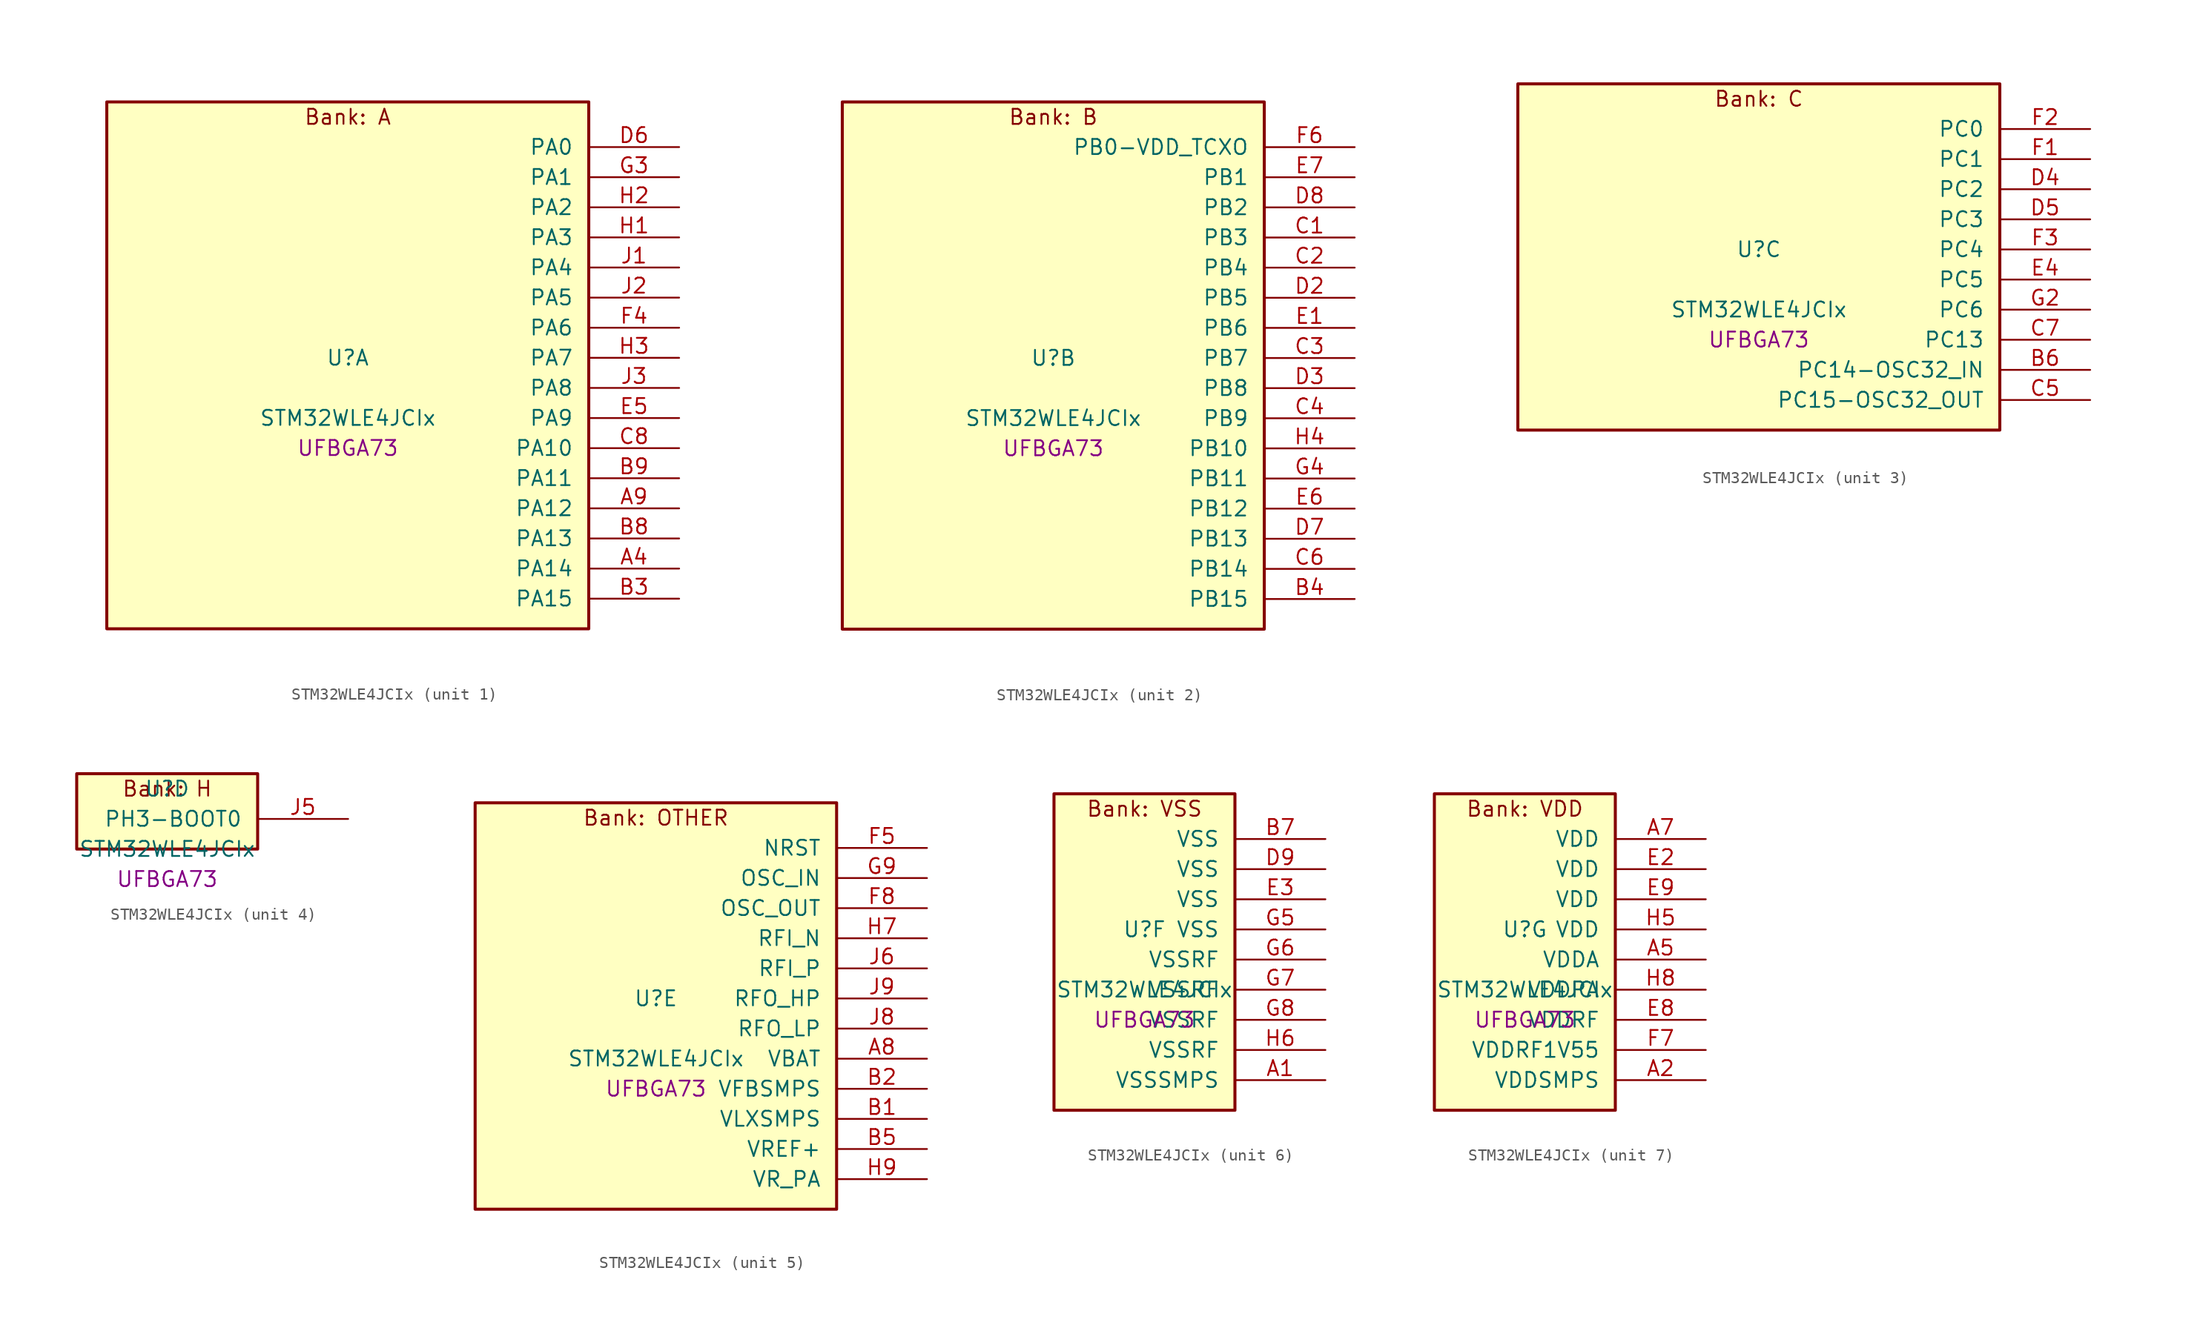
<source format=kicad_sym>
(kicad_symbol_lib
  (version 20241209)
  (generator "stm32_pkl_generator")
  (generator_version "1.0")
  (symbol "STM32WLE4JCIx"
    (pin_names
      (offset 1.27))
    (property "Reference" "U"
      (at 0 2.54 0))
    (property "Value" "STM32WLE4JCIx"
      (at 0 -2.54 0))
    (property "Footprint" "UFBGA73"
      (at 0 -5.08 0))
    (symbol "STM32WLE4JCIx_1_1"
      (rectangle (start -20.32 24.13) (end 20.32 -20.32) (stroke (width 0.254) (type solid)) (fill (type background)))
      (text "Bank: A" (at 0 22.86 0))
      (pin bidirectional line (at 27.94 20.32 180) (length 7.62) (name "PA0") (number "D6") (alternate "PA0/COMP1_OUT" bidirectional line) (alternate "PA0/DEBUG_PWR-REGLP1S" bidirectional line) (alternate "PA0/I2C3_SMBA" bidirectional line) (alternate "PA0/I2S_CKIN" bidirectional line) (alternate "PA0/PWR_WKUP1" bidirectional line) (alternate "PA0/RTC_TAMP_IN2" bidirectional line) (alternate "PA0/TIM2_CH1" bidirectional line) (alternate "PA0/TIM2_ETR" bidirectional line) (alternate "PA0/USART2_CTS" bidirectional line) (alternate "PA0/USART2_NSS" bidirectional line))
      (pin bidirectional line (at 27.94 17.78 180) (length 7.62) (name "PA1") (number "G3") (alternate "PA1/DEBUG_PWR-REGLP2S" bidirectional line) (alternate "PA1/I2C1_SMBA" bidirectional line) (alternate "PA1/LPTIM3_OUT" bidirectional line) (alternate "PA1/LPUART1_RTS" bidirectional line) (alternate "PA1/SPI1_SCK" bidirectional line) (alternate "PA1/TIM2_CH2" bidirectional line) (alternate "PA1/USART2_DE" bidirectional line) (alternate "PA1/USART2_RTS" bidirectional line))
      (pin bidirectional line (at 27.94 15.24 180) (length 7.62) (name "PA2") (number "H2") (alternate "PA2/COMP2_OUT" bidirectional line) (alternate "PA2/DEBUG_PWR-LDORDY" bidirectional line) (alternate "PA2/LPUART1_TX" bidirectional line) (alternate "PA2/RCC_LSCO" bidirectional line) (alternate "PA2/TIM2_CH3" bidirectional line) (alternate "PA2/USART2_TX" bidirectional line))
      (pin bidirectional line (at 27.94 12.7 180) (length 7.62) (name "PA3") (number "H1") (alternate "PA3/I2S2_MCK" bidirectional line) (alternate "PA3/LPUART1_RX" bidirectional line) (alternate "PA3/TIM2_CH4" bidirectional line) (alternate "PA3/USART2_RX" bidirectional line))
      (pin bidirectional line (at 27.94 10.16 180) (length 7.62) (name "PA4") (number "J1") (alternate "PA4/DEBUG_SUBGHZSPI-NSSOUT" bidirectional line) (alternate "PA4/LPTIM1_OUT" bidirectional line) (alternate "PA4/LPTIM2_OUT" bidirectional line) (alternate "PA4/RTC_OUT2" bidirectional line) (alternate "PA4/SPI1_NSS" bidirectional line) (alternate "PA4/USART2_CK" bidirectional line))
      (pin bidirectional line (at 27.94 7.62 180) (length 7.62) (name "PA5") (number "J2") (alternate "PA5/DEBUG_SUBGHZSPI-SCKOUT" bidirectional line) (alternate "PA5/LPTIM2_ETR" bidirectional line) (alternate "PA5/SPI1_SCK" bidirectional line) (alternate "PA5/SPI2_MISO" bidirectional line) (alternate "PA5/TIM2_CH1" bidirectional line) (alternate "PA5/TIM2_ETR" bidirectional line))
      (pin bidirectional line (at 27.94 5.08 180) (length 7.62) (name "PA6") (number "F4") (alternate "PA6/DEBUG_SUBGHZSPI-MISOOUT" bidirectional line) (alternate "PA6/I2C2_SMBA" bidirectional line) (alternate "PA6/LPUART1_CTS" bidirectional line) (alternate "PA6/SPI1_MISO" bidirectional line) (alternate "PA6/TIM16_CH1" bidirectional line) (alternate "PA6/TIM1_BKIN" bidirectional line))
      (pin bidirectional line (at 27.94 2.54 180) (length 7.62) (name "PA7") (number "H3") (alternate "PA7/COMP2_OUT" bidirectional line) (alternate "PA7/DEBUG_SUBGHZSPI-MOSIOUT" bidirectional line) (alternate "PA7/I2C3_SCL" bidirectional line) (alternate "PA7/SPI1_MOSI" bidirectional line) (alternate "PA7/TIM17_CH1" bidirectional line) (alternate "PA7/TIM1_CH1N" bidirectional line))
      (pin bidirectional line (at 27.94 0 180) (length 7.62) (name "PA8") (number "J3") (alternate "PA8/I2S2_CK" bidirectional line) (alternate "PA8/LPTIM2_OUT" bidirectional line) (alternate "PA8/RCC_MCO" bidirectional line) (alternate "PA8/SPI2_SCK" bidirectional line) (alternate "PA8/TIM1_CH1" bidirectional line) (alternate "PA8/USART1_CK" bidirectional line))
      (pin bidirectional line (at 27.94 -2.54 180) (length 7.62) (name "PA9") (number "E5") (alternate "PA9/DAC_EXTI9" bidirectional line) (alternate "PA9/I2C1_SCL" bidirectional line) (alternate "PA9/I2S2_CK" bidirectional line) (alternate "PA9/I2S2_WS" bidirectional line) (alternate "PA9/SPI2_NSS" bidirectional line) (alternate "PA9/SPI2_SCK" bidirectional line) (alternate "PA9/TIM1_CH2" bidirectional line) (alternate "PA9/USART1_TX" bidirectional line))
      (pin bidirectional line (at 27.94 -5.08 180) (length 7.62) (name "PA10") (number "C8") (alternate "PA10/ADC_IN6" bidirectional line) (alternate "PA10/COMP1_INM" bidirectional line) (alternate "PA10/COMP2_INM" bidirectional line) (alternate "PA10/DAC_OUT1" bidirectional line) (alternate "PA10/DEBUG_RF-HSE32RDY" bidirectional line) (alternate "PA10/I2C1_SDA" bidirectional line) (alternate "PA10/I2S2_SD" bidirectional line) (alternate "PA10/RTC_REFIN" bidirectional line) (alternate "PA10/SPI2_MOSI" bidirectional line) (alternate "PA10/TIM17_BKIN" bidirectional line) (alternate "PA10/TIM1_CH3" bidirectional line) (alternate "PA10/USART1_RX" bidirectional line))
      (pin bidirectional line (at 27.94 -7.62 180) (length 7.62) (name "PA11") (number "B9") (alternate "PA11/ADC_EXTI11" bidirectional line) (alternate "PA11/ADC_IN7" bidirectional line) (alternate "PA11/COMP1_INM" bidirectional line) (alternate "PA11/COMP2_INM" bidirectional line) (alternate "PA11/DEBUG_RF-NRESET" bidirectional line) (alternate "PA11/I2C2_SDA" bidirectional line) (alternate "PA11/LPTIM3_ETR" bidirectional line) (alternate "PA11/SPI1_MISO" bidirectional line) (alternate "PA11/TIM1_BKIN2" bidirectional line) (alternate "PA11/TIM1_CH4" bidirectional line) (alternate "PA11/USART1_CTS" bidirectional line) (alternate "PA11/USART1_NSS" bidirectional line))
      (pin bidirectional line (at 27.94 -10.16 180) (length 7.62) (name "PA12") (number "A9") (alternate "PA12/ADC_IN8" bidirectional line) (alternate "PA12/DEBUG_RF-BUSY" bidirectional line) (alternate "PA12/I2C2_SCL" bidirectional line) (alternate "PA12/LPTIM3_IN1" bidirectional line) (alternate "PA12/SPI1_MOSI" bidirectional line) (alternate "PA12/TIM1_ETR" bidirectional line) (alternate "PA12/USART1_DE" bidirectional line) (alternate "PA12/USART1_RTS" bidirectional line))
      (pin bidirectional line (at 27.94 -12.7 180) (length 7.62) (name "PA13") (number "B8") (alternate "PA13/ADC_IN9" bidirectional line) (alternate "PA13/DEBUG_JTMS-SWDIO" bidirectional line) (alternate "PA13/I2C2_SMBA" bidirectional line) (alternate "PA13/IR_OUT" bidirectional line))
      (pin bidirectional line (at 27.94 -15.24 180) (length 7.62) (name "PA14") (number "A4") (alternate "PA14/ADC_IN10" bidirectional line) (alternate "PA14/DEBUG_JTCK-SWCLK" bidirectional line) (alternate "PA14/I2C1_SMBA" bidirectional line) (alternate "PA14/LPTIM1_OUT" bidirectional line))
      (pin bidirectional line (at 27.94 -17.78 180) (length 7.62) (name "PA15") (number "B3") (alternate "PA15/ADC_IN11" bidirectional line) (alternate "PA15/COMP1_INM" bidirectional line) (alternate "PA15/COMP2_INP" bidirectional line) (alternate "PA15/DEBUG_JTDI" bidirectional line) (alternate "PA15/I2C2_SDA" bidirectional line) (alternate "PA15/SPI1_NSS" bidirectional line) (alternate "PA15/TIM2_CH1" bidirectional line) (alternate "PA15/TIM2_ETR" bidirectional line)))
    (symbol "STM32WLE4JCIx_2_1"
      (rectangle (start -17.78 24.13) (end 17.78 -20.32) (stroke (width 0.254) (type solid)) (fill (type background)))
      (text "Bank: B" (at 0 22.86 0))
      (pin bidirectional line (at 25.4 20.32 180) (length 7.62) (name "PB0-VDD_TCXO") (number "F6") (alternate "PB0-VDD_TCXO/COMP1_OUT" bidirectional line) (alternate "PB0-VDD_TCXO/VDDTCXO" bidirectional line))
      (pin bidirectional line (at 25.4 17.78 180) (length 7.62) (name "PB1") (number "E7") (alternate "PB1/ADC_IN5" bidirectional line) (alternate "PB1/COMP2_INP" bidirectional line) (alternate "PB1/LPTIM2_IN1" bidirectional line) (alternate "PB1/LPUART1_DE" bidirectional line) (alternate "PB1/LPUART1_RTS" bidirectional line))
      (pin bidirectional line (at 25.4 15.24 180) (length 7.62) (name "PB2") (number "D8") (alternate "PB2/ADC_IN4" bidirectional line) (alternate "PB2/COMP1_INP" bidirectional line) (alternate "PB2/COMP2_INM" bidirectional line) (alternate "PB2/DEBUG_RF-SMPSRDY" bidirectional line) (alternate "PB2/I2C3_SMBA" bidirectional line) (alternate "PB2/LPTIM1_OUT" bidirectional line) (alternate "PB2/SPI1_NSS" bidirectional line))
      (pin bidirectional line (at 25.4 12.7 180) (length 7.62) (name "PB3") (number "C1") (alternate "PB3/ADC_IN2" bidirectional line) (alternate "PB3/COMP1_INM" bidirectional line) (alternate "PB3/COMP2_INM" bidirectional line) (alternate "PB3/DEBUG_JTDO-SWO" bidirectional line) (alternate "PB3/DEBUG_RF-DTB1" bidirectional line) (alternate "PB3/PWR_WKUP3" bidirectional line) (alternate "PB3/RTC_TAMP_IN3" bidirectional line) (alternate "PB3/SPI1_SCK" bidirectional line) (alternate "PB3/TIM2_CH2" bidirectional line) (alternate "PB3/USART1_DE" bidirectional line) (alternate "PB3/USART1_RTS" bidirectional line))
      (pin bidirectional line (at 25.4 10.16 180) (length 7.62) (name "PB4") (number "C2") (alternate "PB4/ADC_IN3" bidirectional line) (alternate "PB4/COMP1_INP" bidirectional line) (alternate "PB4/COMP2_INP" bidirectional line) (alternate "PB4/DEBUG_JTRST" bidirectional line) (alternate "PB4/DEBUG_RF-LDORDY" bidirectional line) (alternate "PB4/I2C3_SDA" bidirectional line) (alternate "PB4/SPI1_MISO" bidirectional line) (alternate "PB4/TIM17_BKIN" bidirectional line) (alternate "PB4/USART1_CTS" bidirectional line) (alternate "PB4/USART1_NSS" bidirectional line))
      (pin bidirectional line (at 25.4 7.62 180) (length 7.62) (name "PB5") (number "D2") (alternate "PB5/COMP2_OUT" bidirectional line) (alternate "PB5/I2C1_SMBA" bidirectional line) (alternate "PB5/LPTIM1_IN1" bidirectional line) (alternate "PB5/SPI1_MOSI" bidirectional line) (alternate "PB5/TIM16_BKIN" bidirectional line) (alternate "PB5/USART1_CK" bidirectional line))
      (pin bidirectional line (at 25.4 5.08 180) (length 7.62) (name "PB6") (number "E1") (alternate "PB6/I2C1_SCL" bidirectional line) (alternate "PB6/LPTIM1_ETR" bidirectional line) (alternate "PB6/TIM16_CH1N" bidirectional line) (alternate "PB6/USART1_TX" bidirectional line))
      (pin bidirectional line (at 25.4 2.54 180) (length 7.62) (name "PB7") (number "C3") (alternate "PB7/I2C1_SDA" bidirectional line) (alternate "PB7/LPTIM1_IN2" bidirectional line) (alternate "PB7/PWR_PVD_IN" bidirectional line) (alternate "PB7/TIM17_CH1N" bidirectional line) (alternate "PB7/TIM1_BKIN" bidirectional line) (alternate "PB7/USART1_RX" bidirectional line))
      (pin bidirectional line (at 25.4 0 180) (length 7.62) (name "PB8") (number "D3") (alternate "PB8/I2C1_SCL" bidirectional line) (alternate "PB8/TIM16_CH1" bidirectional line) (alternate "PB8/TIM1_CH2N" bidirectional line))
      (pin bidirectional line (at 25.4 -2.54 180) (length 7.62) (name "PB9") (number "C4") (alternate "PB9/DAC_EXTI9" bidirectional line) (alternate "PB9/I2C1_SDA" bidirectional line) (alternate "PB9/I2S2_WS" bidirectional line) (alternate "PB9/IR_OUT" bidirectional line) (alternate "PB9/SPI2_NSS" bidirectional line) (alternate "PB9/TIM17_CH1" bidirectional line) (alternate "PB9/TIM1_CH3N" bidirectional line))
      (pin bidirectional line (at 25.4 -5.08 180) (length 7.62) (name "PB10") (number "H4") (alternate "PB10/COMP1_OUT" bidirectional line) (alternate "PB10/I2C3_SCL" bidirectional line) (alternate "PB10/I2S2_CK" bidirectional line) (alternate "PB10/LPUART1_RX" bidirectional line) (alternate "PB10/SPI2_SCK" bidirectional line) (alternate "PB10/TIM2_CH3" bidirectional line))
      (pin bidirectional line (at 25.4 -7.62 180) (length 7.62) (name "PB11") (number "G4") (alternate "PB11/ADC_EXTI11" bidirectional line) (alternate "PB11/COMP2_OUT" bidirectional line) (alternate "PB11/I2C3_SDA" bidirectional line) (alternate "PB11/LPUART1_TX" bidirectional line) (alternate "PB11/TIM2_CH4" bidirectional line))
      (pin bidirectional line (at 25.4 -10.16 180) (length 7.62) (name "PB12") (number "E6") (alternate "PB12/I2C3_SMBA" bidirectional line) (alternate "PB12/I2S2_WS" bidirectional line) (alternate "PB12/LPUART1_RTS" bidirectional line) (alternate "PB12/SPI2_NSS" bidirectional line) (alternate "PB12/TIM1_BKIN" bidirectional line))
      (pin bidirectional line (at 25.4 -12.7 180) (length 7.62) (name "PB13") (number "D7") (alternate "PB13/ADC_IN0" bidirectional line) (alternate "PB13/I2C3_SCL" bidirectional line) (alternate "PB13/I2S2_CK" bidirectional line) (alternate "PB13/LPUART1_CTS" bidirectional line) (alternate "PB13/SPI2_SCK" bidirectional line) (alternate "PB13/TIM1_CH1N" bidirectional line))
      (pin bidirectional line (at 25.4 -15.24 180) (length 7.62) (name "PB14") (number "C6") (alternate "PB14/ADC_IN1" bidirectional line) (alternate "PB14/I2C3_SDA" bidirectional line) (alternate "PB14/I2S2_MCK" bidirectional line) (alternate "PB14/SPI2_MISO" bidirectional line) (alternate "PB14/TIM1_CH2N" bidirectional line))
      (pin bidirectional line (at 25.4 -17.78 180) (length 7.62) (name "PB15") (number "B4") (alternate "PB15/I2C2_SCL" bidirectional line) (alternate "PB15/I2S2_SD" bidirectional line) (alternate "PB15/SPI2_MOSI" bidirectional line) (alternate "PB15/TIM1_CH3N" bidirectional line)))
    (symbol "STM32WLE4JCIx_3_1"
      (rectangle (start -20.32 16.51) (end 20.32 -12.7) (stroke (width 0.254) (type solid)) (fill (type background)))
      (text "Bank: C" (at 0 15.24 0))
      (pin bidirectional line (at 27.94 12.7 180) (length 7.62) (name "PC0") (number "F2") (alternate "PC0/I2C3_SCL" bidirectional line) (alternate "PC0/LPTIM1_IN1" bidirectional line) (alternate "PC0/LPTIM2_IN1" bidirectional line) (alternate "PC0/LPUART1_RX" bidirectional line))
      (pin bidirectional line (at 27.94 10.16 180) (length 7.62) (name "PC1") (number "F1") (alternate "PC1/I2C3_SDA" bidirectional line) (alternate "PC1/I2S2_SD" bidirectional line) (alternate "PC1/LPTIM1_OUT" bidirectional line) (alternate "PC1/LPUART1_TX" bidirectional line) (alternate "PC1/SPI2_MOSI" bidirectional line))
      (pin bidirectional line (at 27.94 7.62 180) (length 7.62) (name "PC2") (number "D4") (alternate "PC2/LPTIM1_IN2" bidirectional line) (alternate "PC2/SPI2_MISO" bidirectional line))
      (pin bidirectional line (at 27.94 5.08 180) (length 7.62) (name "PC3") (number "D5") (alternate "PC3/I2S2_SD" bidirectional line) (alternate "PC3/LPTIM1_ETR" bidirectional line) (alternate "PC3/LPTIM2_ETR" bidirectional line) (alternate "PC3/SPI2_MOSI" bidirectional line))
      (pin bidirectional line (at 27.94 2.54 180) (length 7.62) (name "PC4") (number "F3"))
      (pin bidirectional line (at 27.94 0 180) (length 7.62) (name "PC5") (number "E4"))
      (pin bidirectional line (at 27.94 -2.54 180) (length 7.62) (name "PC6") (number "G2") (alternate "PC6/I2S2_MCK" bidirectional line))
      (pin bidirectional line (at 27.94 -5.08 180) (length 7.62) (name "PC13") (number "C7") (alternate "PC13/PWR_WKUP2" bidirectional line) (alternate "PC13/RTC_OUT1" bidirectional line) (alternate "PC13/RTC_TAMP_IN1" bidirectional line) (alternate "PC13/RTC_TS" bidirectional line))
      (pin bidirectional line (at 27.94 -7.62 180) (length 7.62) (name "PC14-OSC32_IN") (number "B6") (alternate "PC14-OSC32_IN/RCC_OSC32_IN" bidirectional line))
      (pin bidirectional line (at 27.94 -10.16 180) (length 7.62) (name "PC15-OSC32_OUT") (number "C5") (alternate "PC15-OSC32_OUT/RCC_OSC32_OUT" bidirectional line)))
    (symbol "STM32WLE4JCIx_4_1"
      (rectangle (start -7.62 3.81) (end 7.62 -2.54) (stroke (width 0.254) (type solid)) (fill (type background)))
      (text "Bank: H" (at 0 2.54 0))
      (pin bidirectional line (at 15.24 0 180) (length 7.62) (name "PH3-BOOT0") (number "J5")))
    (symbol "STM32WLE4JCIx_5_1"
      (rectangle (start -15.24 19.05) (end 15.24 -15.24) (stroke (width 0.254) (type solid)) (fill (type background)))
      (text "Bank: OTHER" (at 0 17.78 0))
      (pin input line (at 22.86 15.24 180) (length 7.62) (name "NRST") (number "F5"))
      (pin bidirectional line (at 22.86 12.7 180) (length 7.62) (name "OSC_IN") (number "G9") (alternate "OSC_IN/RCC_OSC_IN" bidirectional line))
      (pin bidirectional line (at 22.86 10.16 180) (length 7.62) (name "OSC_OUT") (number "F8") (alternate "OSC_OUT/RCC_OSC_OUT" bidirectional line))
      (pin bidirectional line (at 22.86 7.62 180) (length 7.62) (name "RFI_N") (number "H7"))
      (pin bidirectional line (at 22.86 5.08 180) (length 7.62) (name "RFI_P") (number "J6"))
      (pin bidirectional line (at 22.86 2.54 180) (length 7.62) (name "RFO_HP") (number "J9"))
      (pin bidirectional line (at 22.86 0 180) (length 7.62) (name "RFO_LP") (number "J8"))
      (pin power_in line (at 22.86 -2.54 180) (length 7.62) (name "VBAT") (number "A8"))
      (pin power_in line (at 22.86 -5.08 180) (length 7.62) (name "VFBSMPS") (number "B2"))
      (pin power_in line (at 22.86 -7.62 180) (length 7.62) (name "VLXSMPS") (number "B1"))
      (pin bidirectional line (at 22.86 -10.16 180) (length 7.62) (name "VREF+") (number "B5") (alternate "VREF+/VREFBUF_OUT" bidirectional line))
      (pin power_in line (at 22.86 -12.7 180) (length 7.62) (name "VR_PA") (number "H9")))
    (symbol "STM32WLE4JCIx_6_1"
      (rectangle (start -7.62 13.97) (end 7.62 -12.7) (stroke (width 0.254) (type solid)) (fill (type background)))
      (text "Bank: VSS" (at 0 12.7 0))
      (pin power_in line (at 15.24 10.16 180) (length 7.62) (name "VSS") (number "B7"))
      (pin power_in line (at 15.24 7.62 180) (length 7.62) (name "VSS") (number "D9"))
      (pin power_in line (at 15.24 5.08 180) (length 7.62) (name "VSS") (number "E3"))
      (pin power_in line (at 15.24 2.54 180) (length 7.62) (name "VSS") (number "G5"))
      (pin power_in line (at 15.24 0 180) (length 7.62) (name "VSSRF") (number "G6"))
      (pin power_in line (at 15.24 -2.54 180) (length 7.62) (name "VSSRF") (number "G7"))
      (pin power_in line (at 15.24 -5.08 180) (length 7.62) (name "VSSRF") (number "G8"))
      (pin power_in line (at 15.24 -7.62 180) (length 7.62) (name "VSSRF") (number "H6"))
      (pin power_in line (at 15.24 -10.16 180) (length 7.62) (name "VSSSMPS") (number "A1")))
    (symbol "STM32WLE4JCIx_7_1"
      (rectangle (start -7.62 13.97) (end 7.62 -12.7) (stroke (width 0.254) (type solid)) (fill (type background)))
      (text "Bank: VDD" (at 0 12.7 0))
      (pin power_in line (at 15.24 10.16 180) (length 7.62) (name "VDD") (number "A7"))
      (pin power_in line (at 15.24 7.62 180) (length 7.62) (name "VDD") (number "E2"))
      (pin power_in line (at 15.24 5.08 180) (length 7.62) (name "VDD") (number "E9"))
      (pin power_in line (at 15.24 2.54 180) (length 7.62) (name "VDD") (number "H5"))
      (pin power_in line (at 15.24 0 180) (length 7.62) (name "VDDA") (number "A5"))
      (pin power_in line (at 15.24 -2.54 180) (length 7.62) (name "VDDPA") (number "H8"))
      (pin power_in line (at 15.24 -5.08 180) (length 7.62) (name "VDDRF") (number "E8"))
      (pin power_in line (at 15.24 -7.62 180) (length 7.62) (name "VDDRF1V55") (number "F7"))
      (pin power_in line (at 15.24 -10.16 180) (length 7.62) (name "VDDSMPS") (number "A2")))))
</source>
